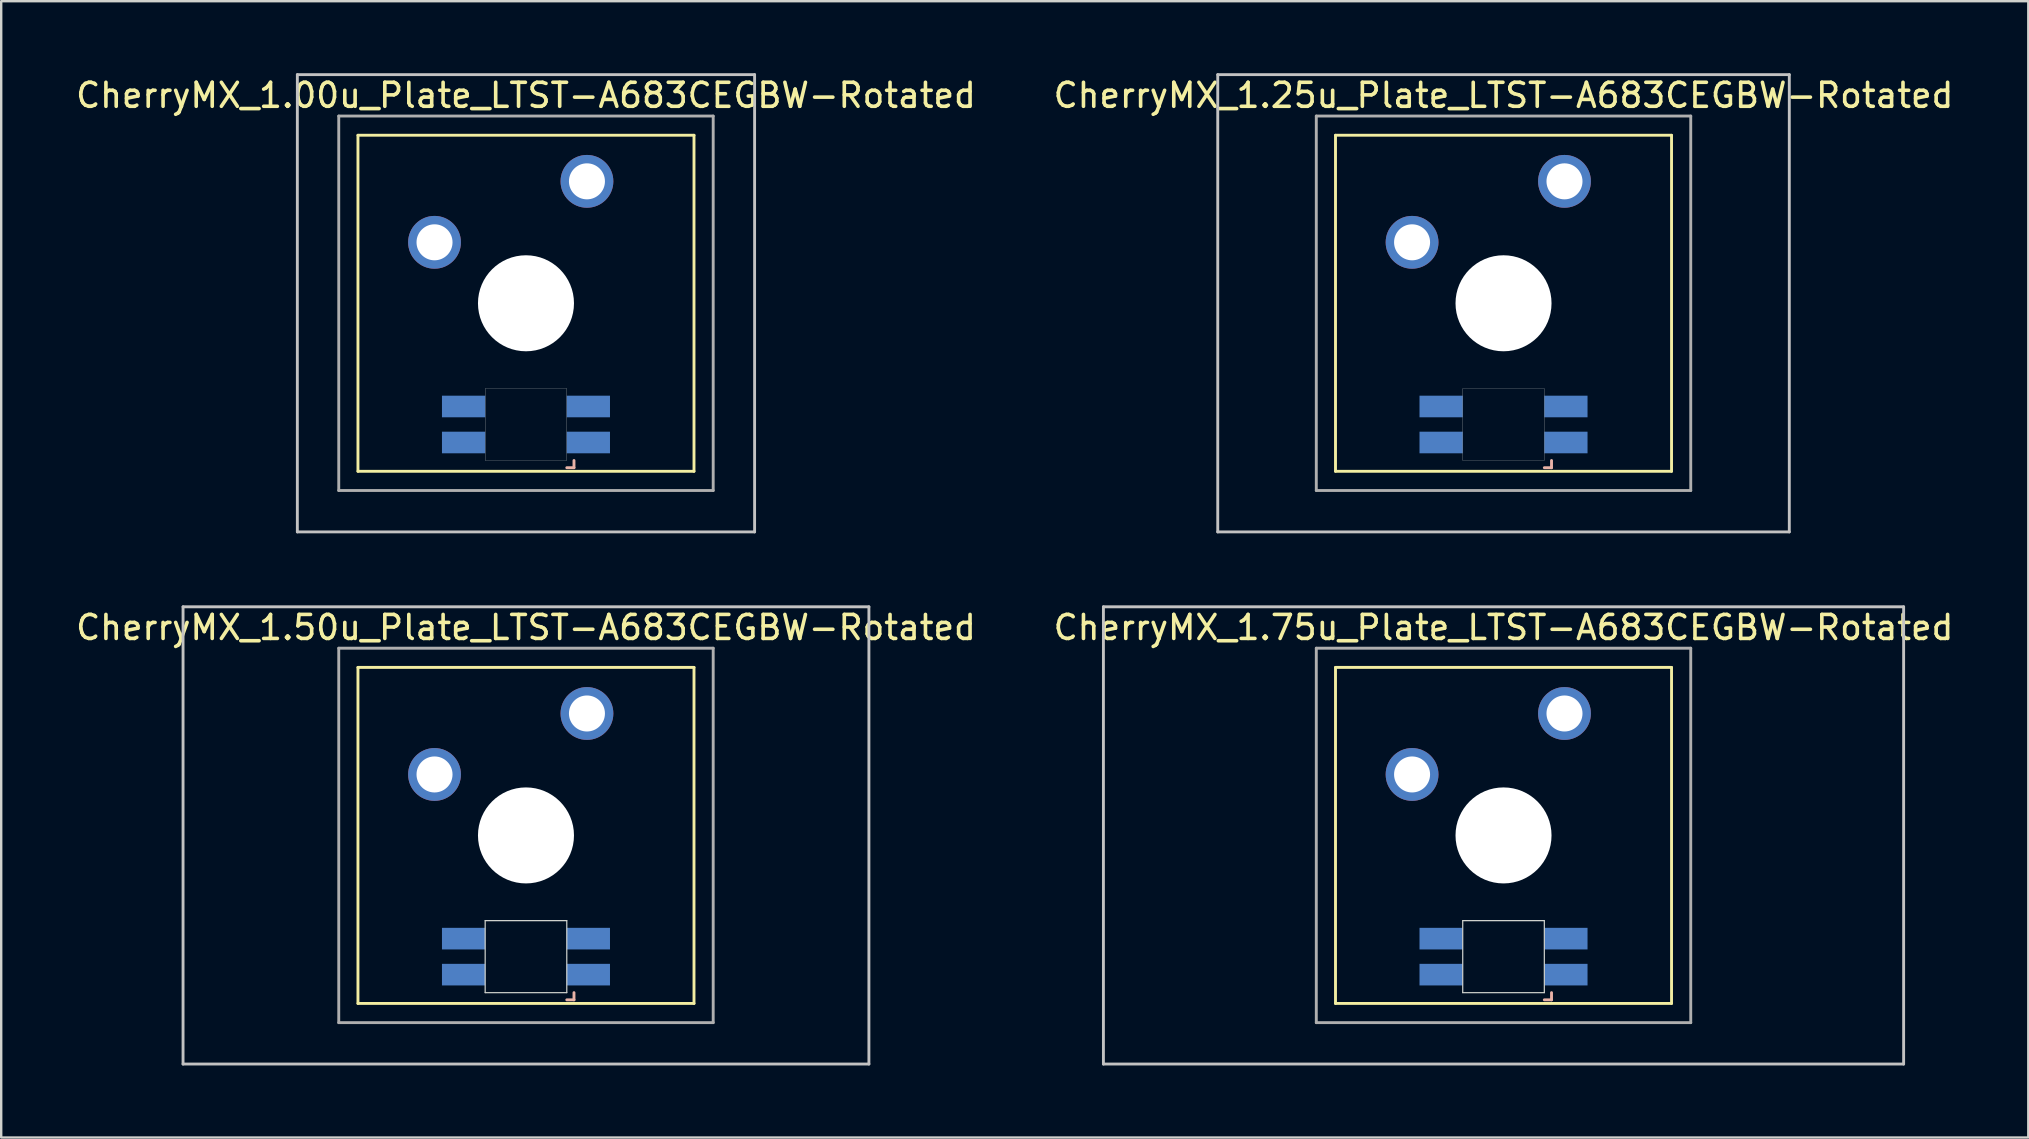
<source format=kicad_pcb>
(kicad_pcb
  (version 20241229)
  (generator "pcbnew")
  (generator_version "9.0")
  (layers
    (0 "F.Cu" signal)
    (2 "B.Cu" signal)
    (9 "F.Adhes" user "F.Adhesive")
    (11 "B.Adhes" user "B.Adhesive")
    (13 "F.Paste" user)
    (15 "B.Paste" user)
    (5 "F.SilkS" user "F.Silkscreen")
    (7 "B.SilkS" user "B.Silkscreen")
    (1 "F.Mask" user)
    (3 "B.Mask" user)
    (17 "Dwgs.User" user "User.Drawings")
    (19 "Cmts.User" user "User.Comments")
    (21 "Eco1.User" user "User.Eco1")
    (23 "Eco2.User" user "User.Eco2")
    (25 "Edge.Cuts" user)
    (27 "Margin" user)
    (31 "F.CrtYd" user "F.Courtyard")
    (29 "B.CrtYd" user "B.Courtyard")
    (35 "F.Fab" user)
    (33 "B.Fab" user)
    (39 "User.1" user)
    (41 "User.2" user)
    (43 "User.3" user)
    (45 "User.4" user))
  (footprint "CherryMX_1.50u_Plate_LTST-A683CEGBW-Rotated"
    (layer "F.Cu")
    (at 18.863 31.755)
    (property "Reference" "CherryMX_1.50u_Plate_LTST-A683CEGBW-Rotated" (at 0 -8.662 0) (layer "F.SilkS") (effects (font (size 1 1) (thickness 0.15))))
    (attr through_hole)
    (fp_line (start -7 -7) (end -7 7) (stroke (width 0.12) (type solid)) (layer "F.SilkS"))
    (fp_line (start -7 -7) (end 7 -7) (stroke (width 0.12) (type solid)) (layer "F.SilkS"))
    (fp_line (start 7 -7) (end 7 7) (stroke (width 0.12) (type solid)) (layer "F.SilkS"))
    (fp_line (start 7 7) (end -7 7) (stroke (width 0.12) (type solid)) (layer "F.SilkS"))
    (fp_line (start 1.7 6.85) (end 2 6.85) (stroke (width 0.12) (type solid)) (layer "B.SilkS"))
    (fp_line (start 2 6.85) (end 2 6.55) (stroke (width 0.12) (type solid)) (layer "B.SilkS"))
    (fp_line (start -14.287 -9.525) (end 14.287 -9.525) (stroke (width 0.12) (type solid)) (layer "Dwgs.User"))
    (fp_line (start -14.287 9.525) (end -14.287 -9.525) (stroke (width 0.12) (type solid)) (layer "Dwgs.User"))
    (fp_line (start 14.287 -9.525) (end 14.287 9.525) (stroke (width 0.12) (type solid)) (layer "Dwgs.User"))
    (fp_line (start 14.287 9.525) (end -14.287 9.525) (stroke (width 0.12) (type solid)) (layer "Dwgs.User"))
    (fp_line (start -1.7 3.55) (end 1.7 3.55) (stroke (width 0.05) (type solid)) (layer "Edge.Cuts"))
    (fp_line (start -1.7 6.55) (end -1.7 3.55) (stroke (width 0.05) (type solid)) (layer "Edge.Cuts"))
    (fp_line (start 1.7 3.55) (end 1.7 6.55) (stroke (width 0.05) (type solid)) (layer "Edge.Cuts"))
    (fp_line (start 1.7 6.55) (end -1.7 6.55) (stroke (width 0.05) (type solid)) (layer "Edge.Cuts"))
    (fp_line (start -7.8 -7.8) (end -7.8 7.8) (stroke (width 0.12) (type solid)) (layer "F.Fab"))
    (fp_line (start -7.8 -7.8) (end 7.8 -7.8) (stroke (width 0.12) (type solid)) (layer "F.Fab"))
    (fp_line (start -7.8 7.8) (end 7.8 7.8) (stroke (width 0.12) (type solid)) (layer "F.Fab"))
    (fp_line (start 7.8 -7.8) (end 7.8 7.8) (stroke (width 0.12) (type solid)) (layer "F.Fab"))
    (pad "" np_thru_hole circle (at 0 0) (size 4 4) (drill 4) (layers "*.Cu" "*.Mask"))
    (pad "1" thru_hole circle (at -3.81 -2.54) (size 2.2 2.2) (drill 1.5) (layers "*.Cu" "*.Mask"))
    (pad "2" thru_hole circle (at 2.54 -5.08) (size 2.2 2.2) (drill 1.5) (layers "*.Cu" "*.Mask"))
    (pad "3" smd rect (at 2.6 5.8) (size 1.8 0.9) (layers "B.Cu" "B.Mask" "B.Paste"))
    (pad "4" smd rect (at 2.6 4.3) (size 1.8 0.9) (layers "B.Cu" "B.Mask" "B.Paste"))
    (pad "5" smd rect (at -2.6 5.8) (size 1.8 0.9) (layers "B.Cu" "B.Mask" "B.Paste"))
    (pad "6" smd rect (at -2.6 4.3) (size 1.8 0.9) (layers "B.Cu" "B.Mask" "B.Paste")))
  (footprint "CherryMX_1.25u_Plate_LTST-A683CEGBW-Rotated"
    (layer "F.Cu")
    (at 59.589 9.585)
    (property "Reference" "CherryMX_1.25u_Plate_LTST-A683CEGBW-Rotated" (at 0 -8.662 0) (layer "F.SilkS") (effects (font (size 1 1) (thickness 0.15))))
    (attr through_hole)
    (fp_line (start -7 -7) (end -7 7) (stroke (width 0.12) (type solid)) (layer "F.SilkS"))
    (fp_line (start -7 -7) (end 7 -7) (stroke (width 0.12) (type solid)) (layer "F.SilkS"))
    (fp_line (start 7 -7) (end 7 7) (stroke (width 0.12) (type solid)) (layer "F.SilkS"))
    (fp_line (start 7 7) (end -7 7) (stroke (width 0.12) (type solid)) (layer "F.SilkS"))
    (fp_line (start 1.7 6.85) (end 2 6.85) (stroke (width 0.12) (type solid)) (layer "B.SilkS"))
    (fp_line (start 2 6.85) (end 2 6.55) (stroke (width 0.12) (type solid)) (layer "B.SilkS"))
    (fp_line (start -11.906 -9.525) (end 11.906 -9.525) (stroke (width 0.12) (type solid)) (layer "Dwgs.User"))
    (fp_line (start -11.906 9.525) (end -11.906 -9.525) (stroke (width 0.12) (type solid)) (layer "Dwgs.User"))
    (fp_line (start 11.906 -9.525) (end 11.906 9.525) (stroke (width 0.12) (type solid)) (layer "Dwgs.User"))
    (fp_line (start 11.906 9.525) (end -11.906 9.525) (stroke (width 0.12) (type solid)) (layer "Dwgs.User"))
    (fp_poly (pts (xy -1.7 3.55) (xy 1.7 3.55) (xy 1.7 6.55) (xy -1.7 6.55)) (stroke (width 0.01) (type solid)) (fill no) (layer "Edge.Cuts"))
    (fp_line (start -7.8 -7.8) (end -7.8 7.8) (stroke (width 0.12) (type solid)) (layer "F.Fab"))
    (fp_line (start -7.8 -7.8) (end 7.8 -7.8) (stroke (width 0.12) (type solid)) (layer "F.Fab"))
    (fp_line (start -7.8 7.8) (end 7.8 7.8) (stroke (width 0.12) (type solid)) (layer "F.Fab"))
    (fp_line (start 7.8 -7.8) (end 7.8 7.8) (stroke (width 0.12) (type solid)) (layer "F.Fab"))
    (pad "" np_thru_hole circle (at 0 0) (size 4 4) (drill 4) (layers "*.Cu" "*.Mask"))
    (pad "1" thru_hole circle (at -3.81 -2.54) (size 2.2 2.2) (drill 1.5) (layers "*.Cu" "*.Mask"))
    (pad "2" thru_hole circle (at 2.54 -5.08) (size 2.2 2.2) (drill 1.5) (layers "*.Cu" "*.Mask"))
    (pad "3" smd rect (at 2.6 5.8 180) (size 1.8 0.9) (layers "B.Cu" "B.Mask" "B.Paste"))
    (pad "4" smd rect (at 2.6 4.3 180) (size 1.8 0.9) (layers "B.Cu" "B.Mask" "B.Paste"))
    (pad "5" smd rect (at -2.6 5.8 180) (size 1.8 0.9) (layers "B.Cu" "B.Mask" "B.Paste"))
    (pad "6" smd rect (at -2.6 4.3 180) (size 1.8 0.9) (layers "B.Cu" "B.Mask" "B.Paste")))
  (footprint "CherryMX_1.75u_Plate_LTST-A683CEGBW-Rotated"
    (layer "F.Cu")
    (at 59.589 31.755)
    (property "Reference" "CherryMX_1.75u_Plate_LTST-A683CEGBW-Rotated" (at 0 -8.662 0) (layer "F.SilkS") (effects (font (size 1 1) (thickness 0.15))))
    (attr through_hole)
    (fp_line (start -7 -7) (end -7 7) (stroke (width 0.12) (type solid)) (layer "F.SilkS"))
    (fp_line (start -7 -7) (end 7 -7) (stroke (width 0.12) (type solid)) (layer "F.SilkS"))
    (fp_line (start 7 -7) (end 7 7) (stroke (width 0.12) (type solid)) (layer "F.SilkS"))
    (fp_line (start 7 7) (end -7 7) (stroke (width 0.12) (type solid)) (layer "F.SilkS"))
    (fp_line (start 1.7 6.85) (end 2 6.85) (stroke (width 0.12) (type solid)) (layer "B.SilkS"))
    (fp_line (start 2 6.85) (end 2 6.55) (stroke (width 0.12) (type solid)) (layer "B.SilkS"))
    (fp_line (start -16.669 -9.525) (end 16.669 -9.525) (stroke (width 0.12) (type solid)) (layer "Dwgs.User"))
    (fp_line (start -16.669 9.525) (end -16.669 -9.525) (stroke (width 0.12) (type solid)) (layer "Dwgs.User"))
    (fp_line (start 16.669 -9.525) (end 16.669 9.525) (stroke (width 0.12) (type solid)) (layer "Dwgs.User"))
    (fp_line (start 16.669 9.525) (end -16.669 9.525) (stroke (width 0.12) (type solid)) (layer "Dwgs.User"))
    (fp_line (start -1.7 3.55) (end 1.7 3.55) (stroke (width 0.05) (type solid)) (layer "Edge.Cuts"))
    (fp_line (start -1.7 6.55) (end -1.7 3.55) (stroke (width 0.05) (type solid)) (layer "Edge.Cuts"))
    (fp_line (start 1.7 3.55) (end 1.7 6.55) (stroke (width 0.05) (type solid)) (layer "Edge.Cuts"))
    (fp_line (start 1.7 6.55) (end -1.7 6.55) (stroke (width 0.05) (type solid)) (layer "Edge.Cuts"))
    (fp_line (start -7.8 -7.8) (end -7.8 7.8) (stroke (width 0.12) (type solid)) (layer "F.Fab"))
    (fp_line (start -7.8 -7.8) (end 7.8 -7.8) (stroke (width 0.12) (type solid)) (layer "F.Fab"))
    (fp_line (start -7.8 7.8) (end 7.8 7.8) (stroke (width 0.12) (type solid)) (layer "F.Fab"))
    (fp_line (start 7.8 -7.8) (end 7.8 7.8) (stroke (width 0.12) (type solid)) (layer "F.Fab"))
    (pad "" np_thru_hole circle (at 0 0) (size 4 4) (drill 4) (layers "*.Cu" "*.Mask"))
    (pad "1" thru_hole circle (at -3.81 -2.54) (size 2.2 2.2) (drill 1.5) (layers "*.Cu" "*.Mask"))
    (pad "2" thru_hole circle (at 2.54 -5.08) (size 2.2 2.2) (drill 1.5) (layers "*.Cu" "*.Mask"))
    (pad "3" smd rect (at 2.6 5.8 180) (size 1.8 0.9) (layers "B.Cu" "B.Mask" "B.Paste"))
    (pad "4" smd rect (at 2.6 4.3 180) (size 1.8 0.9) (layers "B.Cu" "B.Mask" "B.Paste"))
    (pad "5" smd rect (at -2.6 5.8 180) (size 1.8 0.9) (layers "B.Cu" "B.Mask" "B.Paste"))
    (pad "6" smd rect (at -2.6 4.3 180) (size 1.8 0.9) (layers "B.Cu" "B.Mask" "B.Paste")))
  (footprint "CherryMX_1.00u_Plate_LTST-A683CEGBW-Rotated"
    (layer "F.Cu")
    (at 18.863 9.585)
    (property "Reference" "CherryMX_1.00u_Plate_LTST-A683CEGBW-Rotated" (at 0 -8.662 0) (layer "F.SilkS") (effects (font (size 1 1) (thickness 0.15))))
    (attr through_hole)
    (fp_line (start -7 -7) (end -7 7) (stroke (width 0.12) (type solid)) (layer "F.SilkS"))
    (fp_line (start -7 -7) (end 7 -7) (stroke (width 0.12) (type solid)) (layer "F.SilkS"))
    (fp_line (start 7 -7) (end 7 7) (stroke (width 0.12) (type solid)) (layer "F.SilkS"))
    (fp_line (start 7 7) (end -7 7) (stroke (width 0.12) (type solid)) (layer "F.SilkS"))
    (fp_line (start 1.7 6.85) (end 2 6.85) (stroke (width 0.12) (type solid)) (layer "B.SilkS"))
    (fp_line (start 2 6.85) (end 2 6.55) (stroke (width 0.12) (type solid)) (layer "B.SilkS"))
    (fp_line (start -9.525 -9.525) (end 9.525 -9.525) (stroke (width 0.12) (type solid)) (layer "Dwgs.User"))
    (fp_line (start -9.525 9.525) (end -9.525 -9.525) (stroke (width 0.12) (type solid)) (layer "Dwgs.User"))
    (fp_line (start 9.525 -9.525) (end 9.525 9.525) (stroke (width 0.12) (type solid)) (layer "Dwgs.User"))
    (fp_line (start 9.525 9.525) (end -9.525 9.525) (stroke (width 0.12) (type solid)) (layer "Dwgs.User"))
    (fp_poly (pts (xy -1.7 3.55) (xy 1.7 3.55) (xy 1.7 6.55) (xy -1.7 6.55)) (stroke (width 0.01) (type solid)) (fill no) (layer "Edge.Cuts"))
    (fp_line (start -7.8 -7.8) (end -7.8 7.8) (stroke (width 0.12) (type solid)) (layer "F.Fab"))
    (fp_line (start -7.8 -7.8) (end 7.8 -7.8) (stroke (width 0.12) (type solid)) (layer "F.Fab"))
    (fp_line (start -7.8 7.8) (end 7.8 7.8) (stroke (width 0.12) (type solid)) (layer "F.Fab"))
    (fp_line (start 7.8 -7.8) (end 7.8 7.8) (stroke (width 0.12) (type solid)) (layer "F.Fab"))
    (pad "" np_thru_hole circle (at 0 0) (size 4 4) (drill 4) (layers "*.Cu" "*.Mask"))
    (pad "1" thru_hole circle (at -3.81 -2.54) (size 2.2 2.2) (drill 1.5) (layers "*.Cu" "*.Mask"))
    (pad "2" thru_hole circle (at 2.54 -5.08) (size 2.2 2.2) (drill 1.5) (layers "*.Cu" "*.Mask"))
    (pad "3" smd rect (at 2.6 5.8 180) (size 1.8 0.9) (layers "B.Cu" "B.Mask" "B.Paste"))
    (pad "4" smd rect (at 2.6 4.3 180) (size 1.8 0.9) (layers "B.Cu" "B.Mask" "B.Paste"))
    (pad "5" smd rect (at -2.6 5.8 180) (size 1.8 0.9) (layers "B.Cu" "B.Mask" "B.Paste"))
    (pad "6" smd rect (at -2.6 4.3 180) (size 1.8 0.9) (layers "B.Cu" "B.Mask" "B.Paste")))
  (gr_rect
    (start -3 -3)
    (end 81.452 44.34)
    (stroke (width 0.1) (type default))
    (fill no)
    (layer "Edge.Cuts")))
</source>
